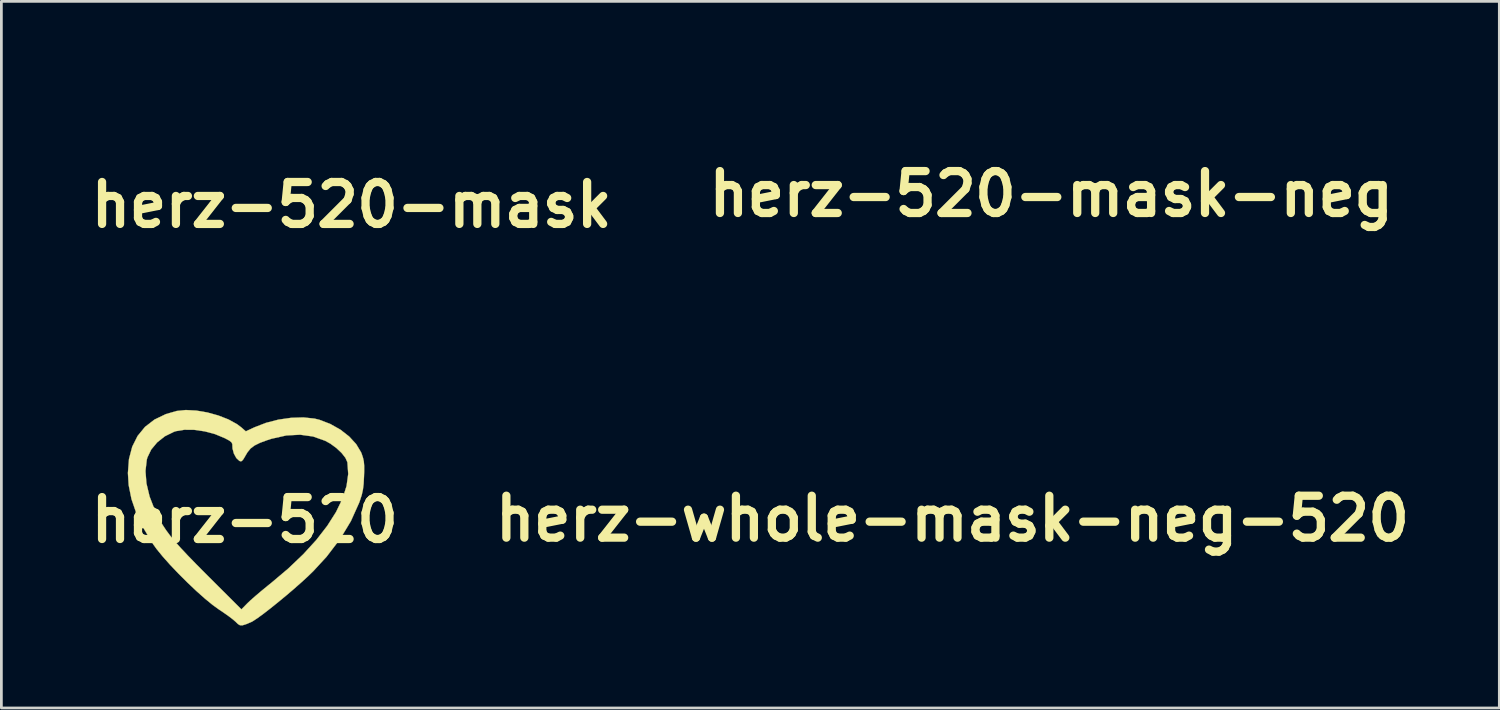
<source format=kicad_pcb>
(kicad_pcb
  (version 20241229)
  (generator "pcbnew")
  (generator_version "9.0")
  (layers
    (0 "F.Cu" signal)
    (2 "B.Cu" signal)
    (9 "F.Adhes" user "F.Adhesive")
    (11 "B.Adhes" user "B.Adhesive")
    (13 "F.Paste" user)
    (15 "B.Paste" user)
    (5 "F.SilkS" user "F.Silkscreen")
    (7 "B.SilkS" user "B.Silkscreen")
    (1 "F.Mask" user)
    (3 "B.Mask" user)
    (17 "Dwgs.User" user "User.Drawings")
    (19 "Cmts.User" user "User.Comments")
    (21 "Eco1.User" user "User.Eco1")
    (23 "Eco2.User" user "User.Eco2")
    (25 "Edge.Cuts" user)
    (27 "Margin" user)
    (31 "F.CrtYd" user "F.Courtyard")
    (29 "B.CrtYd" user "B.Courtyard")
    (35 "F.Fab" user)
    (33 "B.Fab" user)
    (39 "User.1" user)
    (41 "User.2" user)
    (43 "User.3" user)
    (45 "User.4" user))
  (footprint "herz-whole-mask-neg-520"
    (layer "F.Cu")
    (at 31.579 15.807)
    (property "Reference" "herz-whole-mask-neg-520" (at 0 0 0) (layer "F.SilkS") (effects (font (size 1.524 1.524) (thickness 0.3))))
    (attr through_hole)
    (fp_poly (pts (xy -1.763 -3.931) (xy -1.362 -3.862) (xy -0.964 -3.753) (xy -0.594 -3.608) (xy -0.28 -3.435) (xy -0.125 -3.318) (xy 0.038 -3.175) (xy 0.348 -3.32) (xy 0.771 -3.484) (xy 1.225 -3.601) (xy 1.687 -3.668) (xy 2.131 -3.681) (xy 2.534 -3.639) (xy 2.711 -3.596) (xy 3.11 -3.443) (xy 3.477 -3.237) (xy 3.795 -2.988) (xy 4.05 -2.711) (xy 4.226 -2.418) (xy 4.25 -2.359) (xy 4.298 -2.216) (xy 4.328 -2.08) (xy 4.341 -1.924) (xy 4.341 -1.719) (xy 4.335 -1.539) (xy 4.321 -1.267) (xy 4.295 -1.054) (xy 4.253 -0.864) (xy 4.186 -0.657) (xy 4.158 -0.58) (xy 3.858 0.088) (xy 3.462 0.744) (xy 2.972 1.385) (xy 2.491 1.907) (xy 2.289 2.103) (xy 2.047 2.324) (xy 1.777 2.561) (xy 1.493 2.804) (xy 1.207 3.04) (xy 0.933 3.26) (xy 0.683 3.454) (xy 0.47 3.61) (xy 0.307 3.718) (xy 0.231 3.759) (xy 0.04 3.838) (xy -0.086 3.876) (xy -0.174 3.874) (xy -0.249 3.83) (xy -0.321 3.759) (xy -0.422 3.67) (xy -0.581 3.548) (xy -0.775 3.411) (xy -0.928 3.309) (xy -1.167 3.137) (xy -1.45 2.905) (xy -1.762 2.627) (xy -2.087 2.319) (xy -2.41 1.997) (xy -2.715 1.677) (xy -2.985 1.373) (xy -3.206 1.102) (xy -3.331 0.928) (xy -3.677 0.354) (xy -3.939 -0.189) (xy -4.118 -0.71) (xy -4.221 -1.219) (xy -4.249 -1.663) (xy -4.21 -2.168) (xy -4.092 -2.617) (xy -3.897 -3.008) (xy -3.627 -3.337) (xy -3.284 -3.602) (xy -2.869 -3.802) (xy -2.473 -3.916) (xy -2.142 -3.951) (xy -1.763 -3.931)) (stroke (width 0.01) (type solid)) (fill yes) (layer "F.Mask")))
  (footprint "herz-520-mask"
    (layer "F.Cu")
    (at 9.732 4.401)
    (property "Reference" "herz-520-mask" (at 0 0 0) (layer "F.SilkS") (effects (font (size 1.524 1.524) (thickness 0.3))))
    (attr through_hole)
    (fp_poly (pts (xy -1.349 -3.207) (xy -1.057 -3.121) (xy -0.792 -3.023) (xy -0.611 -2.932) (xy -0.502 -2.839) (xy -0.454 -2.736) (xy -0.449 -2.665) (xy -0.428 -2.508) (xy -0.366 -2.355) (xy -0.28 -2.234) (xy -0.186 -2.175) (xy -0.168 -2.174) (xy -0.075 -2.221) (xy 0.02 -2.36) (xy 0.024 -2.368) (xy 0.094 -2.495) (xy 0.166 -2.588) (xy 0.264 -2.664) (xy 0.409 -2.74) (xy 0.619 -2.832) (xy 1.005 -2.966) (xy 1.414 -3.057) (xy 1.815 -3.101) (xy 2.176 -3.094) (xy 2.264 -3.082) (xy 2.687 -2.973) (xy 3.072 -2.797) (xy 3.397 -2.564) (xy 3.459 -2.504) (xy 3.607 -2.34) (xy 3.698 -2.182) (xy 3.745 -1.999) (xy 3.761 -1.759) (xy 3.761 -1.701) (xy 3.747 -1.462) (xy 3.701 -1.223) (xy 3.615 -0.959) (xy 3.483 -0.649) (xy 3.418 -0.51) (xy 3.166 -0.046) (xy 2.856 0.412) (xy 2.481 0.873) (xy 2.034 1.343) (xy 1.508 1.83) (xy 0.928 2.318) (xy 0.695 2.509) (xy 0.473 2.695) (xy 0.28 2.861) (xy 0.135 2.991) (xy 0.073 3.05) (xy -0.122 3.248) (xy -1.299 2.076) (xy -1.71 1.663) (xy -2.055 1.307) (xy -2.343 0.997) (xy -2.581 0.725) (xy -2.777 0.481) (xy -2.939 0.256) (xy -3.073 0.042) (xy -3.188 -0.173) (xy -3.235 -0.27) (xy -3.44 -0.776) (xy -3.566 -1.25) (xy -3.613 -1.686) (xy -3.583 -2.079) (xy -3.473 -2.424) (xy -3.286 -2.717) (xy -3.231 -2.777) (xy -2.926 -3.033) (xy -2.59 -3.203) (xy -2.219 -3.288) (xy -1.807 -3.289) (xy -1.349 -3.207)) (stroke (width 0.01) (type solid)) (fill yes) (layer "F.Mask"))
    (fp_poly (pts (xy 4.543 4.445) (xy -4.494 4.445) (xy -4.494 -1.722) (xy -4.249 -1.722) (xy -4.217 -1.255) (xy -4.12 -0.786) (xy -4.063 -0.6) (xy -3.91 -0.184) (xy -3.741 0.193) (xy -3.547 0.548) (xy -3.317 0.895) (xy -3.04 1.25) (xy -2.707 1.629) (xy -2.306 2.046) (xy -2.225 2.128) (xy -1.904 2.444) (xy -1.634 2.7) (xy -1.402 2.905) (xy -1.195 3.072) (xy -1 3.213) (xy -0.928 3.26) (xy -0.724 3.397) (xy -0.536 3.533) (xy -0.389 3.648) (xy -0.321 3.71) (xy -0.236 3.79) (xy -0.158 3.828) (xy -0.064 3.824) (xy 0.071 3.776) (xy 0.268 3.684) (xy 0.269 3.684) (xy 0.407 3.602) (xy 0.603 3.464) (xy 0.843 3.282) (xy 1.115 3.067) (xy 1.404 2.829) (xy 1.697 2.581) (xy 1.981 2.332) (xy 2.242 2.095) (xy 2.467 1.88) (xy 2.489 1.858) (xy 2.954 1.352) (xy 3.366 0.823) (xy 3.718 0.284) (xy 4.001 -0.252) (xy 4.208 -0.773) (xy 4.303 -1.124) (xy 4.34 -1.4) (xy 4.346 -1.709) (xy 4.323 -2.02) (xy 4.274 -2.299) (xy 4.201 -2.516) (xy 4.01 -2.81) (xy 3.739 -3.087) (xy 3.405 -3.331) (xy 3.027 -3.53) (xy 2.711 -3.645) (xy 2.339 -3.716) (xy 1.913 -3.73) (xy 1.459 -3.69) (xy 1 -3.599) (xy 0.56 -3.459) (xy 0.353 -3.371) (xy 0.046 -3.228) (xy -0.209 -3.421) (xy -0.546 -3.628) (xy -0.946 -3.797) (xy -1.378 -3.919) (xy -1.812 -3.986) (xy -2.218 -3.989) (xy -2.22 -3.989) (xy -2.7 -3.907) (xy -3.12 -3.748) (xy -3.484 -3.51) (xy -3.791 -3.193) (xy -3.974 -2.923) (xy -4.127 -2.575) (xy -4.219 -2.168) (xy -4.249 -1.722) (xy -4.494 -1.722) (xy -4.494 -4.396) (xy 4.543 -4.396) (xy 4.543 4.445)) (stroke (width 0.01) (type solid)) (fill yes) (layer "F.Mask")))
  (footprint "herz-520-mask-neg"
    (layer "F.Cu")
    (at 35.171 4.004)
    (property "Reference" "herz-520-mask-neg" (at 0 0 0) (layer "F.SilkS") (effects (font (size 1.524 1.524) (thickness 0.3))))
    (attr through_hole)
    (fp_poly (pts (xy -1.763 -3.979) (xy -1.362 -3.911) (xy -0.964 -3.801) (xy -0.594 -3.657) (xy -0.28 -3.484) (xy -0.125 -3.367) (xy 0.038 -3.224) (xy 0.348 -3.369) (xy 0.771 -3.533) (xy 1.225 -3.65) (xy 1.687 -3.716) (xy 2.131 -3.73) (xy 2.534 -3.688) (xy 2.711 -3.645) (xy 3.11 -3.492) (xy 3.477 -3.285) (xy 3.795 -3.037) (xy 4.05 -2.76) (xy 4.226 -2.466) (xy 4.25 -2.408) (xy 4.298 -2.264) (xy 4.328 -2.129) (xy 4.341 -1.973) (xy 4.341 -1.768) (xy 4.335 -1.587) (xy 4.321 -1.315) (xy 4.295 -1.103) (xy 4.253 -0.913) (xy 4.186 -0.706) (xy 4.158 -0.628) (xy 3.858 0.039) (xy 3.462 0.695) (xy 2.972 1.336) (xy 2.491 1.858) (xy 2.289 2.054) (xy 2.047 2.275) (xy 1.777 2.513) (xy 1.493 2.755) (xy 1.207 2.991) (xy 0.933 3.211) (xy 0.683 3.405) (xy 0.47 3.561) (xy 0.307 3.669) (xy 0.231 3.71) (xy 0.04 3.79) (xy -0.086 3.828) (xy -0.174 3.825) (xy -0.249 3.781) (xy -0.321 3.71) (xy -0.422 3.621) (xy -0.581 3.499) (xy -0.775 3.362) (xy -0.928 3.26) (xy -1.167 3.088) (xy -1.45 2.856) (xy -1.762 2.578) (xy -2.087 2.27) (xy -2.41 1.948) (xy -2.715 1.628) (xy -2.985 1.324) (xy -3.206 1.053) (xy -3.331 0.879) (xy -3.677 0.305) (xy -3.939 -0.237) (xy -4.118 -0.758) (xy -4.221 -1.268) (xy -4.249 -1.712) (xy -4.243 -1.782) (xy -3.61 -1.782) (xy -3.575 -1.333) (xy -3.46 -0.852) (xy -3.265 -0.349) (xy -3.204 -0.22) (xy -3.098 -0.015) (xy -2.987 0.178) (xy -2.861 0.369) (xy -2.714 0.567) (xy -2.537 0.781) (xy -2.322 1.023) (xy -2.061 1.301) (xy -1.747 1.624) (xy -1.37 2.003) (xy -1.297 2.076) (xy -0.122 3.248) (xy 0.098 3.024) (xy 0.213 2.915) (xy 0.386 2.763) (xy 0.598 2.583) (xy 0.829 2.393) (xy 0.953 2.294) (xy 1.577 1.767) (xy 2.128 1.242) (xy 2.603 0.722) (xy 3 0.21) (xy 3.317 -0.289) (xy 3.551 -0.772) (xy 3.7 -1.235) (xy 3.761 -1.674) (xy 3.732 -2.086) (xy 3.729 -2.105) (xy 3.659 -2.262) (xy 3.52 -2.439) (xy 3.33 -2.618) (xy 3.111 -2.778) (xy 2.926 -2.88) (xy 2.484 -3.037) (xy 2.012 -3.102) (xy 1.51 -3.075) (xy 0.976 -2.956) (xy 0.826 -2.908) (xy 0.554 -2.808) (xy 0.357 -2.711) (xy 0.213 -2.603) (xy 0.102 -2.469) (xy 0.034 -2.355) (xy -0.048 -2.214) (xy -0.106 -2.145) (xy -0.159 -2.135) (xy -0.198 -2.151) (xy -0.308 -2.254) (xy -0.396 -2.416) (xy -0.445 -2.597) (xy -0.449 -2.674) (xy -0.453 -2.764) (xy -0.487 -2.83) (xy -0.57 -2.893) (xy -0.722 -2.974) (xy -0.726 -2.976) (xy -1.079 -3.123) (xy -1.458 -3.224) (xy -1.837 -3.279) (xy -2.194 -3.282) (xy -2.502 -3.231) (xy -2.577 -3.207) (xy -2.905 -3.045) (xy -3.184 -2.824) (xy -3.402 -2.562) (xy -3.541 -2.273) (xy -3.563 -2.191) (xy -3.61 -1.782) (xy -4.243 -1.782) (xy -4.21 -2.217) (xy -4.092 -2.666) (xy -3.897 -3.056) (xy -3.627 -3.386) (xy -3.284 -3.651) (xy -2.869 -3.851) (xy -2.473 -3.965) (xy -2.142 -3.999) (xy -1.763 -3.979)) (stroke (width 0.01) (type solid)) (fill yes) (layer "F.Mask")))
  (footprint "herz-520"
    (layer "F.Cu")
    (at 5.849 15.856)
    (property "Reference" "herz-520" (at 0 0 0) (layer "F.SilkS") (effects (font (size 1.524 1.524) (thickness 0.3))))
    (attr through_hole)
    (fp_poly (pts (xy -1.763 -3.979) (xy -1.362 -3.911) (xy -0.964 -3.801) (xy -0.594 -3.657) (xy -0.28 -3.484) (xy -0.125 -3.367) (xy 0.038 -3.224) (xy 0.348 -3.369) (xy 0.771 -3.533) (xy 1.225 -3.65) (xy 1.687 -3.716) (xy 2.131 -3.73) (xy 2.534 -3.688) (xy 2.711 -3.645) (xy 3.11 -3.492) (xy 3.477 -3.285) (xy 3.795 -3.037) (xy 4.05 -2.76) (xy 4.226 -2.466) (xy 4.25 -2.408) (xy 4.298 -2.264) (xy 4.328 -2.129) (xy 4.341 -1.973) (xy 4.341 -1.768) (xy 4.335 -1.587) (xy 4.321 -1.315) (xy 4.295 -1.103) (xy 4.253 -0.913) (xy 4.186 -0.706) (xy 4.158 -0.628) (xy 3.858 0.039) (xy 3.462 0.695) (xy 2.972 1.336) (xy 2.491 1.858) (xy 2.289 2.054) (xy 2.047 2.275) (xy 1.777 2.513) (xy 1.493 2.755) (xy 1.207 2.991) (xy 0.933 3.211) (xy 0.683 3.405) (xy 0.47 3.561) (xy 0.307 3.669) (xy 0.231 3.71) (xy 0.04 3.79) (xy -0.086 3.828) (xy -0.174 3.825) (xy -0.249 3.781) (xy -0.321 3.71) (xy -0.422 3.621) (xy -0.581 3.499) (xy -0.775 3.362) (xy -0.928 3.26) (xy -1.167 3.088) (xy -1.45 2.856) (xy -1.762 2.578) (xy -2.087 2.27) (xy -2.41 1.948) (xy -2.715 1.628) (xy -2.985 1.324) (xy -3.206 1.053) (xy -3.331 0.879) (xy -3.677 0.305) (xy -3.939 -0.237) (xy -4.118 -0.758) (xy -4.221 -1.268) (xy -4.249 -1.712) (xy -4.243 -1.782) (xy -3.61 -1.782) (xy -3.575 -1.333) (xy -3.46 -0.852) (xy -3.265 -0.349) (xy -3.204 -0.22) (xy -3.098 -0.015) (xy -2.987 0.178) (xy -2.861 0.369) (xy -2.714 0.567) (xy -2.537 0.781) (xy -2.322 1.023) (xy -2.061 1.301) (xy -1.747 1.624) (xy -1.37 2.003) (xy -1.297 2.076) (xy -0.122 3.248) (xy 0.098 3.024) (xy 0.213 2.915) (xy 0.386 2.763) (xy 0.598 2.583) (xy 0.829 2.393) (xy 0.953 2.294) (xy 1.577 1.767) (xy 2.128 1.242) (xy 2.603 0.722) (xy 3 0.21) (xy 3.317 -0.289) (xy 3.551 -0.772) (xy 3.7 -1.235) (xy 3.761 -1.674) (xy 3.732 -2.086) (xy 3.729 -2.105) (xy 3.659 -2.262) (xy 3.52 -2.439) (xy 3.33 -2.618) (xy 3.111 -2.778) (xy 2.926 -2.88) (xy 2.484 -3.037) (xy 2.012 -3.102) (xy 1.51 -3.075) (xy 0.976 -2.956) (xy 0.826 -2.908) (xy 0.554 -2.808) (xy 0.357 -2.711) (xy 0.213 -2.603) (xy 0.102 -2.469) (xy 0.034 -2.355) (xy -0.048 -2.214) (xy -0.106 -2.145) (xy -0.159 -2.135) (xy -0.198 -2.151) (xy -0.308 -2.254) (xy -0.396 -2.416) (xy -0.445 -2.597) (xy -0.449 -2.674) (xy -0.453 -2.764) (xy -0.487 -2.83) (xy -0.57 -2.893) (xy -0.722 -2.974) (xy -0.726 -2.976) (xy -1.079 -3.123) (xy -1.458 -3.224) (xy -1.837 -3.279) (xy -2.194 -3.282) (xy -2.502 -3.231) (xy -2.577 -3.207) (xy -2.905 -3.045) (xy -3.184 -2.824) (xy -3.402 -2.562) (xy -3.541 -2.273) (xy -3.563 -2.191) (xy -3.61 -1.782) (xy -4.243 -1.782) (xy -4.21 -2.217) (xy -4.092 -2.666) (xy -3.897 -3.056) (xy -3.627 -3.386) (xy -3.284 -3.651) (xy -2.869 -3.851) (xy -2.473 -3.965) (xy -2.142 -3.999) (xy -1.763 -3.979)) (stroke (width 0.01) (type solid)) (fill yes) (layer "F.SilkS")))
  (gr_rect
    (start -3 -3)
    (end 51.459 22.688)
    (stroke (width 0.1) (type default))
    (fill no)
    (layer "Edge.Cuts")))
</source>
